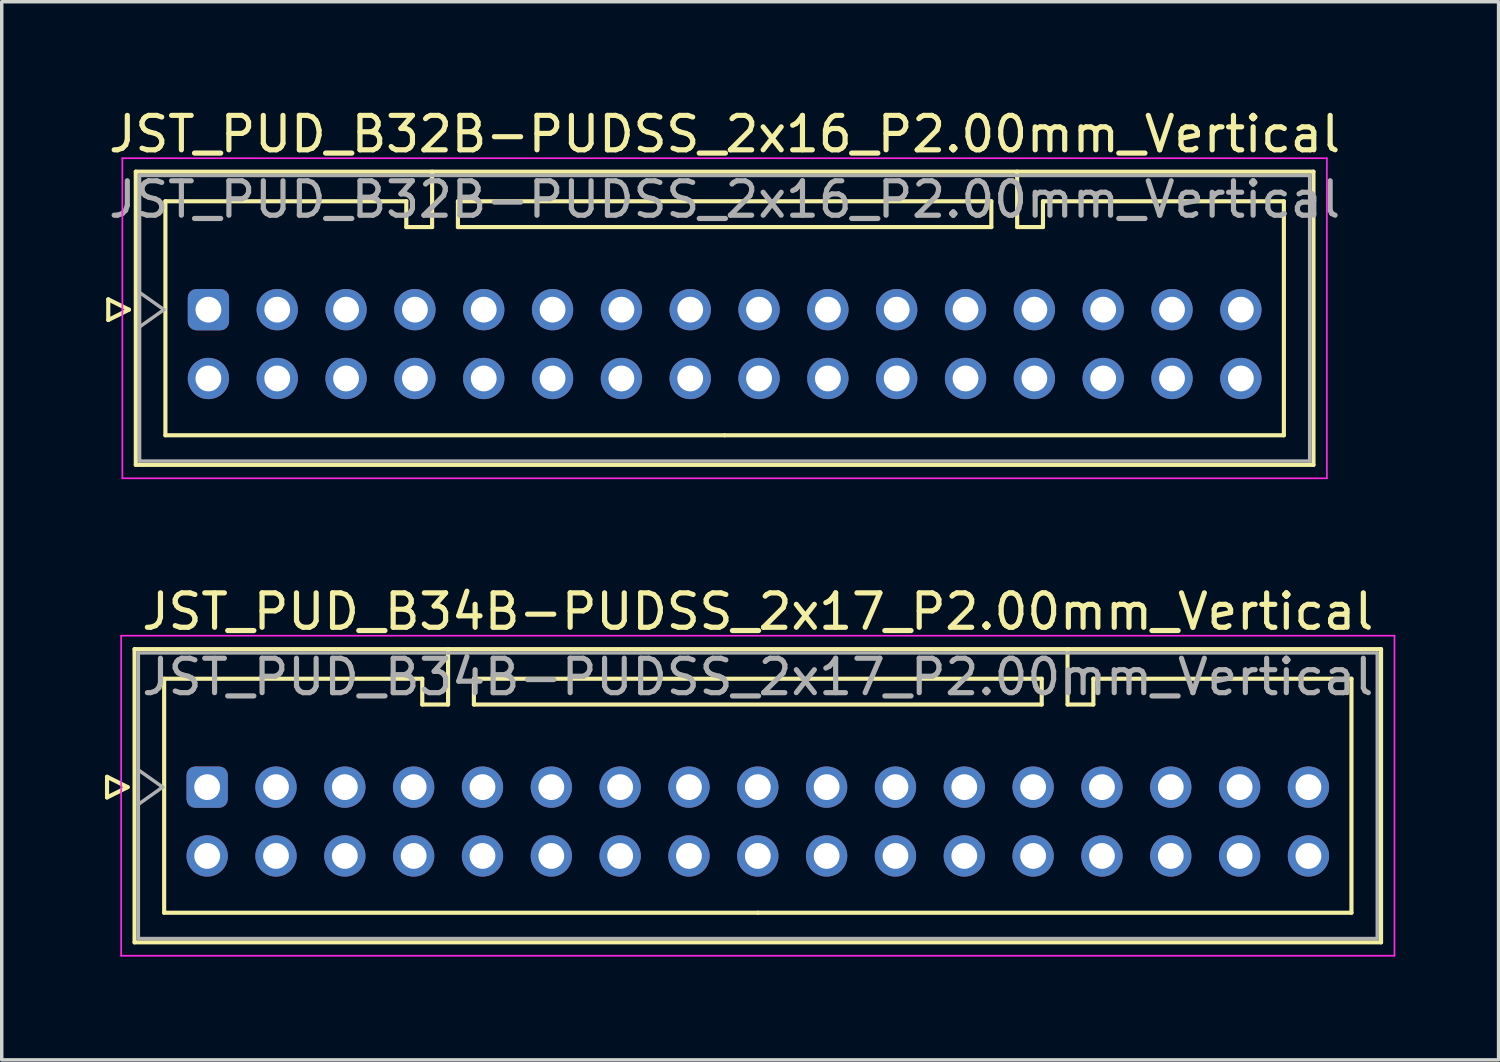
<source format=kicad_pcb>
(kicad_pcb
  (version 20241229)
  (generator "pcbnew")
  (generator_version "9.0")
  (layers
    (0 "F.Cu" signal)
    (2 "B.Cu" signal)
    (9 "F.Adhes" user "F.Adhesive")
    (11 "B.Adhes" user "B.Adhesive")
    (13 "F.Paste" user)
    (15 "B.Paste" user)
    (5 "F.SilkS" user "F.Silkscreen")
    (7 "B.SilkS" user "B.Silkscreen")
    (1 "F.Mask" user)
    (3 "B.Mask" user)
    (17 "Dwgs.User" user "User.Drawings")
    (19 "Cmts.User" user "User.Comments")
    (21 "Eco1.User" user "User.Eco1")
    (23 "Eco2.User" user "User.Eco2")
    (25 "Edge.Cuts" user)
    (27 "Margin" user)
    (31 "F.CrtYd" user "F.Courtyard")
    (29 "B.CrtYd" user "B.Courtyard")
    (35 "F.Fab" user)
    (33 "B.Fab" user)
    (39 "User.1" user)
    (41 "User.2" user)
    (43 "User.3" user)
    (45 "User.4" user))
  (footprint "JST_PUD_B34B-PUDSS_2x17_P2.00mm_Vertical"
    (layer "F.Cu")
    (at 2.97 19.822)
    (property "Reference" "JST_PUD_B34B-PUDSS_2x17_P2.00mm_Vertical" (at 16 -5.1 0) (layer "F.SilkS") (effects (font (size 1 1) (thickness 0.15))))
    (attr through_hole)
    (fp_line (start -2.91 -0.3) (end -2.31 0) (stroke (width 0.12) (type solid)) (layer "F.SilkS"))
    (fp_line (start -2.91 0.3) (end -2.91 -0.3) (stroke (width 0.12) (type solid)) (layer "F.SilkS"))
    (fp_line (start -2.31 0) (end -2.91 0.3) (stroke (width 0.12) (type solid)) (layer "F.SilkS"))
    (fp_line (start -2.11 -4.01) (end -2.11 4.51) (stroke (width 0.12) (type solid)) (layer "F.SilkS"))
    (fp_line (start -2.11 4.51) (end 34.11 4.51) (stroke (width 0.12) (type solid)) (layer "F.SilkS"))
    (fp_line (start -1.25 -3.15) (end -1.25 3.65) (stroke (width 0.12) (type solid)) (layer "F.SilkS"))
    (fp_line (start -1.25 3.65) (end 16 3.65) (stroke (width 0.12) (type solid)) (layer "F.SilkS"))
    (fp_line (start 6.25 -3.15) (end -1.25 -3.15) (stroke (width 0.12) (type solid)) (layer "F.SilkS"))
    (fp_line (start 6.25 -2.4) (end 6.25 -3.15) (stroke (width 0.12) (type solid)) (layer "F.SilkS"))
    (fp_line (start 7 -4.01) (end 7 -2.4) (stroke (width 0.12) (type solid)) (layer "F.SilkS"))
    (fp_line (start 7 -2.4) (end 6.25 -2.4) (stroke (width 0.12) (type solid)) (layer "F.SilkS"))
    (fp_line (start 7.75 -3.15) (end 7.75 -2.4) (stroke (width 0.12) (type solid)) (layer "F.SilkS"))
    (fp_line (start 7.75 -2.4) (end 24.25 -2.4) (stroke (width 0.12) (type solid)) (layer "F.SilkS"))
    (fp_line (start 24.25 -3.15) (end 7.75 -3.15) (stroke (width 0.12) (type solid)) (layer "F.SilkS"))
    (fp_line (start 24.25 -2.4) (end 24.25 -3.15) (stroke (width 0.12) (type solid)) (layer "F.SilkS"))
    (fp_line (start 25 -4.01) (end 25 -2.4) (stroke (width 0.12) (type solid)) (layer "F.SilkS"))
    (fp_line (start 25 -2.4) (end 25.75 -2.4) (stroke (width 0.12) (type solid)) (layer "F.SilkS"))
    (fp_line (start 25.75 -3.15) (end 33.25 -3.15) (stroke (width 0.12) (type solid)) (layer "F.SilkS"))
    (fp_line (start 25.75 -2.4) (end 25.75 -3.15) (stroke (width 0.12) (type solid)) (layer "F.SilkS"))
    (fp_line (start 33.25 -3.15) (end 33.25 3.65) (stroke (width 0.12) (type solid)) (layer "F.SilkS"))
    (fp_line (start 33.25 3.65) (end 16 3.65) (stroke (width 0.12) (type solid)) (layer "F.SilkS"))
    (fp_line (start 34.11 -4.01) (end -2.11 -4.01) (stroke (width 0.12) (type solid)) (layer "F.SilkS"))
    (fp_line (start 34.11 4.51) (end 34.11 -4.01) (stroke (width 0.12) (type solid)) (layer "F.SilkS"))
    (fp_line (start -2.5 -4.4) (end -2.5 4.9) (stroke (width 0.05) (type solid)) (layer "F.CrtYd"))
    (fp_line (start -2.5 4.9) (end 34.5 4.9) (stroke (width 0.05) (type solid)) (layer "F.CrtYd"))
    (fp_line (start 34.5 -4.4) (end -2.5 -4.4) (stroke (width 0.05) (type solid)) (layer "F.CrtYd"))
    (fp_line (start 34.5 4.9) (end 34.5 -4.4) (stroke (width 0.05) (type solid)) (layer "F.CrtYd"))
    (fp_line (start -2 -3.9) (end -2 4.4) (stroke (width 0.1) (type solid)) (layer "F.Fab"))
    (fp_line (start -2 0.5) (end -1.293 0) (stroke (width 0.1) (type solid)) (layer "F.Fab"))
    (fp_line (start -2 4.4) (end 34 4.4) (stroke (width 0.1) (type solid)) (layer "F.Fab"))
    (fp_line (start -1.293 0) (end -2 -0.5) (stroke (width 0.1) (type solid)) (layer "F.Fab"))
    (fp_line (start 34 -3.9) (end -2 -3.9) (stroke (width 0.1) (type solid)) (layer "F.Fab"))
    (fp_line (start 34 4.4) (end 34 -3.9) (stroke (width 0.1) (type solid)) (layer "F.Fab"))
    (fp_text user "${REFERENCE}" (at 16 -3.2 0) (layer "F.Fab") (effects (font (size 1 1) (thickness 0.15))))
    (pad "1" thru_hole roundrect (at 0 0) (size 1.2 1.2) (drill 0.75) (layers "*.Cu" "*.Mask") (roundrect_rratio 0.208))
    (pad "2" thru_hole circle (at 0 2) (size 1.2 1.2) (drill 0.75) (layers "*.Cu" "*.Mask"))
    (pad "3" thru_hole circle (at 2 0) (size 1.2 1.2) (drill 0.75) (layers "*.Cu" "*.Mask"))
    (pad "4" thru_hole circle (at 2 2) (size 1.2 1.2) (drill 0.75) (layers "*.Cu" "*.Mask"))
    (pad "5" thru_hole circle (at 4 0) (size 1.2 1.2) (drill 0.75) (layers "*.Cu" "*.Mask"))
    (pad "6" thru_hole circle (at 4 2) (size 1.2 1.2) (drill 0.75) (layers "*.Cu" "*.Mask"))
    (pad "7" thru_hole circle (at 6 0) (size 1.2 1.2) (drill 0.75) (layers "*.Cu" "*.Mask"))
    (pad "8" thru_hole circle (at 6 2) (size 1.2 1.2) (drill 0.75) (layers "*.Cu" "*.Mask"))
    (pad "9" thru_hole circle (at 8 0) (size 1.2 1.2) (drill 0.75) (layers "*.Cu" "*.Mask"))
    (pad "10" thru_hole circle (at 8 2) (size 1.2 1.2) (drill 0.75) (layers "*.Cu" "*.Mask"))
    (pad "11" thru_hole circle (at 10 0) (size 1.2 1.2) (drill 0.75) (layers "*.Cu" "*.Mask"))
    (pad "12" thru_hole circle (at 10 2) (size 1.2 1.2) (drill 0.75) (layers "*.Cu" "*.Mask"))
    (pad "13" thru_hole circle (at 12 0) (size 1.2 1.2) (drill 0.75) (layers "*.Cu" "*.Mask"))
    (pad "14" thru_hole circle (at 12 2) (size 1.2 1.2) (drill 0.75) (layers "*.Cu" "*.Mask"))
    (pad "15" thru_hole circle (at 14 0) (size 1.2 1.2) (drill 0.75) (layers "*.Cu" "*.Mask"))
    (pad "16" thru_hole circle (at 14 2) (size 1.2 1.2) (drill 0.75) (layers "*.Cu" "*.Mask"))
    (pad "17" thru_hole circle (at 16 0) (size 1.2 1.2) (drill 0.75) (layers "*.Cu" "*.Mask"))
    (pad "18" thru_hole circle (at 16 2) (size 1.2 1.2) (drill 0.75) (layers "*.Cu" "*.Mask"))
    (pad "19" thru_hole circle (at 18 0) (size 1.2 1.2) (drill 0.75) (layers "*.Cu" "*.Mask"))
    (pad "20" thru_hole circle (at 18 2) (size 1.2 1.2) (drill 0.75) (layers "*.Cu" "*.Mask"))
    (pad "21" thru_hole circle (at 20 0) (size 1.2 1.2) (drill 0.75) (layers "*.Cu" "*.Mask"))
    (pad "22" thru_hole circle (at 20 2) (size 1.2 1.2) (drill 0.75) (layers "*.Cu" "*.Mask"))
    (pad "23" thru_hole circle (at 22 0) (size 1.2 1.2) (drill 0.75) (layers "*.Cu" "*.Mask"))
    (pad "24" thru_hole circle (at 22 2) (size 1.2 1.2) (drill 0.75) (layers "*.Cu" "*.Mask"))
    (pad "25" thru_hole circle (at 24 0) (size 1.2 1.2) (drill 0.75) (layers "*.Cu" "*.Mask"))
    (pad "26" thru_hole circle (at 24 2) (size 1.2 1.2) (drill 0.75) (layers "*.Cu" "*.Mask"))
    (pad "27" thru_hole circle (at 26 0) (size 1.2 1.2) (drill 0.75) (layers "*.Cu" "*.Mask"))
    (pad "28" thru_hole circle (at 26 2) (size 1.2 1.2) (drill 0.75) (layers "*.Cu" "*.Mask"))
    (pad "29" thru_hole circle (at 28 0) (size 1.2 1.2) (drill 0.75) (layers "*.Cu" "*.Mask"))
    (pad "30" thru_hole circle (at 28 2) (size 1.2 1.2) (drill 0.75) (layers "*.Cu" "*.Mask"))
    (pad "31" thru_hole circle (at 30 0) (size 1.2 1.2) (drill 0.75) (layers "*.Cu" "*.Mask"))
    (pad "32" thru_hole circle (at 30 2) (size 1.2 1.2) (drill 0.75) (layers "*.Cu" "*.Mask"))
    (pad "33" thru_hole circle (at 32 0) (size 1.2 1.2) (drill 0.75) (layers "*.Cu" "*.Mask"))
    (pad "34" thru_hole circle (at 32 2) (size 1.2 1.2) (drill 0.75) (layers "*.Cu" "*.Mask")))
  (footprint "JST_PUD_B32B-PUDSS_2x16_P2.00mm_Vertical"
    (layer "F.Cu")
    (at 3.006 5.948)
    (property "Reference" "JST_PUD_B32B-PUDSS_2x16_P2.00mm_Vertical" (at 15 -5.1 0) (layer "F.SilkS") (effects (font (size 1 1) (thickness 0.15))))
    (attr through_hole)
    (fp_line (start -2.91 -0.3) (end -2.31 0) (stroke (width 0.12) (type solid)) (layer "F.SilkS"))
    (fp_line (start -2.91 0.3) (end -2.91 -0.3) (stroke (width 0.12) (type solid)) (layer "F.SilkS"))
    (fp_line (start -2.31 0) (end -2.91 0.3) (stroke (width 0.12) (type solid)) (layer "F.SilkS"))
    (fp_line (start -2.11 -4.01) (end -2.11 4.51) (stroke (width 0.12) (type solid)) (layer "F.SilkS"))
    (fp_line (start -2.11 4.51) (end 32.11 4.51) (stroke (width 0.12) (type solid)) (layer "F.SilkS"))
    (fp_line (start -1.25 -3.15) (end -1.25 3.65) (stroke (width 0.12) (type solid)) (layer "F.SilkS"))
    (fp_line (start -1.25 3.65) (end 15 3.65) (stroke (width 0.12) (type solid)) (layer "F.SilkS"))
    (fp_line (start 5.75 -3.15) (end -1.25 -3.15) (stroke (width 0.12) (type solid)) (layer "F.SilkS"))
    (fp_line (start 5.75 -2.4) (end 5.75 -3.15) (stroke (width 0.12) (type solid)) (layer "F.SilkS"))
    (fp_line (start 6.5 -4.01) (end 6.5 -2.4) (stroke (width 0.12) (type solid)) (layer "F.SilkS"))
    (fp_line (start 6.5 -2.4) (end 5.75 -2.4) (stroke (width 0.12) (type solid)) (layer "F.SilkS"))
    (fp_line (start 7.25 -3.15) (end 7.25 -2.4) (stroke (width 0.12) (type solid)) (layer "F.SilkS"))
    (fp_line (start 7.25 -2.4) (end 22.75 -2.4) (stroke (width 0.12) (type solid)) (layer "F.SilkS"))
    (fp_line (start 22.75 -3.15) (end 7.25 -3.15) (stroke (width 0.12) (type solid)) (layer "F.SilkS"))
    (fp_line (start 22.75 -2.4) (end 22.75 -3.15) (stroke (width 0.12) (type solid)) (layer "F.SilkS"))
    (fp_line (start 23.5 -4.01) (end 23.5 -2.4) (stroke (width 0.12) (type solid)) (layer "F.SilkS"))
    (fp_line (start 23.5 -2.4) (end 24.25 -2.4) (stroke (width 0.12) (type solid)) (layer "F.SilkS"))
    (fp_line (start 24.25 -3.15) (end 31.25 -3.15) (stroke (width 0.12) (type solid)) (layer "F.SilkS"))
    (fp_line (start 24.25 -2.4) (end 24.25 -3.15) (stroke (width 0.12) (type solid)) (layer "F.SilkS"))
    (fp_line (start 31.25 -3.15) (end 31.25 3.65) (stroke (width 0.12) (type solid)) (layer "F.SilkS"))
    (fp_line (start 31.25 3.65) (end 15 3.65) (stroke (width 0.12) (type solid)) (layer "F.SilkS"))
    (fp_line (start 32.11 -4.01) (end -2.11 -4.01) (stroke (width 0.12) (type solid)) (layer "F.SilkS"))
    (fp_line (start 32.11 4.51) (end 32.11 -4.01) (stroke (width 0.12) (type solid)) (layer "F.SilkS"))
    (fp_line (start -2.5 -4.4) (end -2.5 4.9) (stroke (width 0.05) (type solid)) (layer "F.CrtYd"))
    (fp_line (start -2.5 4.9) (end 32.5 4.9) (stroke (width 0.05) (type solid)) (layer "F.CrtYd"))
    (fp_line (start 32.5 -4.4) (end -2.5 -4.4) (stroke (width 0.05) (type solid)) (layer "F.CrtYd"))
    (fp_line (start 32.5 4.9) (end 32.5 -4.4) (stroke (width 0.05) (type solid)) (layer "F.CrtYd"))
    (fp_line (start -2 -3.9) (end -2 4.4) (stroke (width 0.1) (type solid)) (layer "F.Fab"))
    (fp_line (start -2 0.5) (end -1.293 0) (stroke (width 0.1) (type solid)) (layer "F.Fab"))
    (fp_line (start -2 4.4) (end 32 4.4) (stroke (width 0.1) (type solid)) (layer "F.Fab"))
    (fp_line (start -1.293 0) (end -2 -0.5) (stroke (width 0.1) (type solid)) (layer "F.Fab"))
    (fp_line (start 32 -3.9) (end -2 -3.9) (stroke (width 0.1) (type solid)) (layer "F.Fab"))
    (fp_line (start 32 4.4) (end 32 -3.9) (stroke (width 0.1) (type solid)) (layer "F.Fab"))
    (fp_text user "${REFERENCE}" (at 15 -3.2 0) (layer "F.Fab") (effects (font (size 1 1) (thickness 0.15))))
    (pad "1" thru_hole roundrect (at 0 0) (size 1.2 1.2) (drill 0.75) (layers "*.Cu" "*.Mask") (roundrect_rratio 0.208))
    (pad "2" thru_hole circle (at 0 2) (size 1.2 1.2) (drill 0.75) (layers "*.Cu" "*.Mask"))
    (pad "3" thru_hole circle (at 2 0) (size 1.2 1.2) (drill 0.75) (layers "*.Cu" "*.Mask"))
    (pad "4" thru_hole circle (at 2 2) (size 1.2 1.2) (drill 0.75) (layers "*.Cu" "*.Mask"))
    (pad "5" thru_hole circle (at 4 0) (size 1.2 1.2) (drill 0.75) (layers "*.Cu" "*.Mask"))
    (pad "6" thru_hole circle (at 4 2) (size 1.2 1.2) (drill 0.75) (layers "*.Cu" "*.Mask"))
    (pad "7" thru_hole circle (at 6 0) (size 1.2 1.2) (drill 0.75) (layers "*.Cu" "*.Mask"))
    (pad "8" thru_hole circle (at 6 2) (size 1.2 1.2) (drill 0.75) (layers "*.Cu" "*.Mask"))
    (pad "9" thru_hole circle (at 8 0) (size 1.2 1.2) (drill 0.75) (layers "*.Cu" "*.Mask"))
    (pad "10" thru_hole circle (at 8 2) (size 1.2 1.2) (drill 0.75) (layers "*.Cu" "*.Mask"))
    (pad "11" thru_hole circle (at 10 0) (size 1.2 1.2) (drill 0.75) (layers "*.Cu" "*.Mask"))
    (pad "12" thru_hole circle (at 10 2) (size 1.2 1.2) (drill 0.75) (layers "*.Cu" "*.Mask"))
    (pad "13" thru_hole circle (at 12 0) (size 1.2 1.2) (drill 0.75) (layers "*.Cu" "*.Mask"))
    (pad "14" thru_hole circle (at 12 2) (size 1.2 1.2) (drill 0.75) (layers "*.Cu" "*.Mask"))
    (pad "15" thru_hole circle (at 14 0) (size 1.2 1.2) (drill 0.75) (layers "*.Cu" "*.Mask"))
    (pad "16" thru_hole circle (at 14 2) (size 1.2 1.2) (drill 0.75) (layers "*.Cu" "*.Mask"))
    (pad "17" thru_hole circle (at 16 0) (size 1.2 1.2) (drill 0.75) (layers "*.Cu" "*.Mask"))
    (pad "18" thru_hole circle (at 16 2) (size 1.2 1.2) (drill 0.75) (layers "*.Cu" "*.Mask"))
    (pad "19" thru_hole circle (at 18 0) (size 1.2 1.2) (drill 0.75) (layers "*.Cu" "*.Mask"))
    (pad "20" thru_hole circle (at 18 2) (size 1.2 1.2) (drill 0.75) (layers "*.Cu" "*.Mask"))
    (pad "21" thru_hole circle (at 20 0) (size 1.2 1.2) (drill 0.75) (layers "*.Cu" "*.Mask"))
    (pad "22" thru_hole circle (at 20 2) (size 1.2 1.2) (drill 0.75) (layers "*.Cu" "*.Mask"))
    (pad "23" thru_hole circle (at 22 0) (size 1.2 1.2) (drill 0.75) (layers "*.Cu" "*.Mask"))
    (pad "24" thru_hole circle (at 22 2) (size 1.2 1.2) (drill 0.75) (layers "*.Cu" "*.Mask"))
    (pad "25" thru_hole circle (at 24 0) (size 1.2 1.2) (drill 0.75) (layers "*.Cu" "*.Mask"))
    (pad "26" thru_hole circle (at 24 2) (size 1.2 1.2) (drill 0.75) (layers "*.Cu" "*.Mask"))
    (pad "27" thru_hole circle (at 26 0) (size 1.2 1.2) (drill 0.75) (layers "*.Cu" "*.Mask"))
    (pad "28" thru_hole circle (at 26 2) (size 1.2 1.2) (drill 0.75) (layers "*.Cu" "*.Mask"))
    (pad "29" thru_hole circle (at 28 0) (size 1.2 1.2) (drill 0.75) (layers "*.Cu" "*.Mask"))
    (pad "30" thru_hole circle (at 28 2) (size 1.2 1.2) (drill 0.75) (layers "*.Cu" "*.Mask"))
    (pad "31" thru_hole circle (at 30 0) (size 1.2 1.2) (drill 0.75) (layers "*.Cu" "*.Mask"))
    (pad "32" thru_hole circle (at 30 2) (size 1.2 1.2) (drill 0.75) (layers "*.Cu" "*.Mask")))
  (gr_rect
    (start -3 -3)
    (end 40.495 27.747)
    (stroke (width 0.1) (type default))
    (fill no)
    (layer "Edge.Cuts")))
</source>
